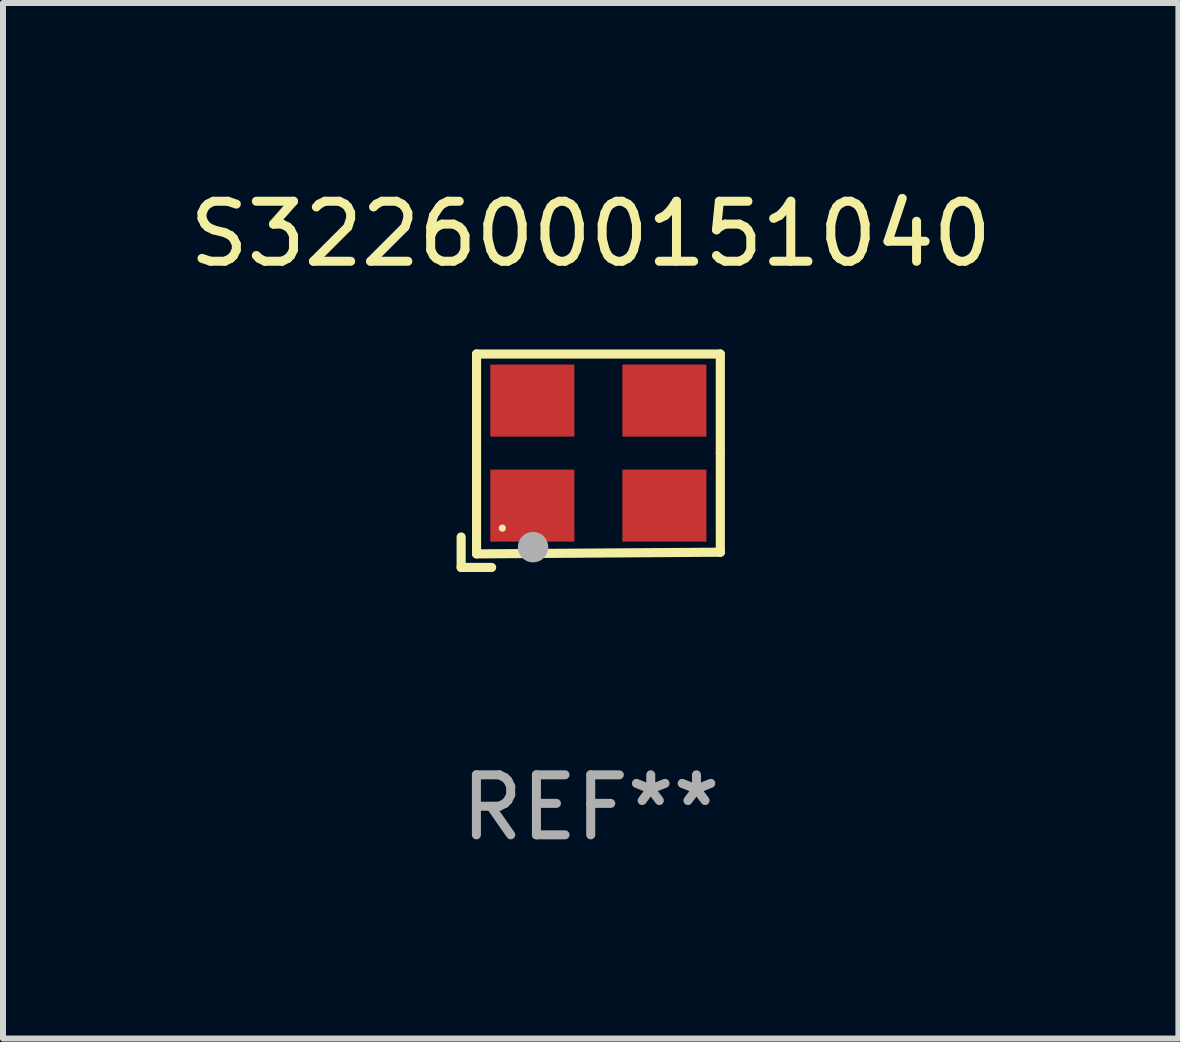
<source format=kicad_pcb>
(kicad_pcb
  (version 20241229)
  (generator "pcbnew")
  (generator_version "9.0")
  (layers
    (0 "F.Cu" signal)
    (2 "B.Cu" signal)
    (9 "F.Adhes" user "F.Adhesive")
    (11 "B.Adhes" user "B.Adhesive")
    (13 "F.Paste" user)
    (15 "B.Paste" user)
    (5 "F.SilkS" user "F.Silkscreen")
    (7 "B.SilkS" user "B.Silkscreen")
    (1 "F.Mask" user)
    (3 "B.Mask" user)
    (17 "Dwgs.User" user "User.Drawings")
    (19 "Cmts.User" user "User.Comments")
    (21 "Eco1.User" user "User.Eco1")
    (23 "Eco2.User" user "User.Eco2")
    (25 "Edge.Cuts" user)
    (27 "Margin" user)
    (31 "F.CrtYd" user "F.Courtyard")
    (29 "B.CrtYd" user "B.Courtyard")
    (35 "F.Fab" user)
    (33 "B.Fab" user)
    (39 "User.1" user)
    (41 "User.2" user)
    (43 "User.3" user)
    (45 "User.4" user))
  (footprint "S3226000151040"
    (layer "F.Cu")
    (at 6.792 4.626)
    (property "Reference" "S3226000151040" (at 0 -3.778 0) (layer "F.SilkS") (effects (font (size 1 1) (thickness 0.15))))
    (attr through_hole)
    (fp_line (start -2.159 1.27) (end -2.159 1.778) (stroke (width 0.152) (type solid)) (layer "F.SilkS"))
    (fp_line (start -2.159 1.778) (end -1.651 1.778) (stroke (width 0.152) (type solid)) (layer "F.SilkS"))
    (fp_line (start -1.902 -1.778) (end 2.159 -1.778) (stroke (width 0.152) (type solid)) (layer "F.SilkS"))
    (fp_line (start -1.902 1.552) (end -1.902 -1.778) (stroke (width 0.152) (type solid)) (layer "F.SilkS"))
    (fp_line (start 2.159 -1.778) (end 2.159 -0.127) (stroke (width 0.152) (type solid)) (layer "F.SilkS"))
    (fp_line (start 2.159 -0.127) (end 2.159 1.524) (stroke (width 0.152) (type solid)) (layer "F.SilkS"))
    (fp_line (start 2.159 1.524) (end -1.902 1.552) (stroke (width 0.152) (type solid)) (layer "F.SilkS"))
    (fp_line (start 2.159 1.524) (end 2.159 1.524) (stroke (width 0.152) (type solid)) (layer "F.SilkS"))
    (fp_circle (center -1.473 1.123) (end -1.443 1.123) (stroke (width 0.06) (type solid)) (fill no) (layer "F.SilkS"))
    (fp_circle (center -0.961 1.44) (end -0.834 1.44) (stroke (width 0.254) (type solid)) (fill no) (layer "F.Fab"))
    (fp_text user "REF**" (at 0 5.778 0) (layer "F.Fab") (effects (font (size 1 1) (thickness 0.15))))
    (pad "1" smd rect (at -0.973 0.748) (size 1.4 1.2) (layers "F.Cu" "F.Mask" "F.Paste"))
    (pad "2" smd rect (at 1.227 0.748) (size 1.4 1.2) (layers "F.Cu" "F.Mask" "F.Paste"))
    (pad "3" smd rect (at 1.227 -1.002) (size 1.4 1.2) (layers "F.Cu" "F.Mask" "F.Paste"))
    (pad "4" smd rect (at -0.973 -1.002) (size 1.4 1.2) (layers "F.Cu" "F.Mask" "F.Paste")))
  (gr_rect
    (start -3 -3)
    (end 16.583 14.253)
    (stroke (width 0.1) (type default))
    (fill no)
    (layer "Edge.Cuts")))
</source>
